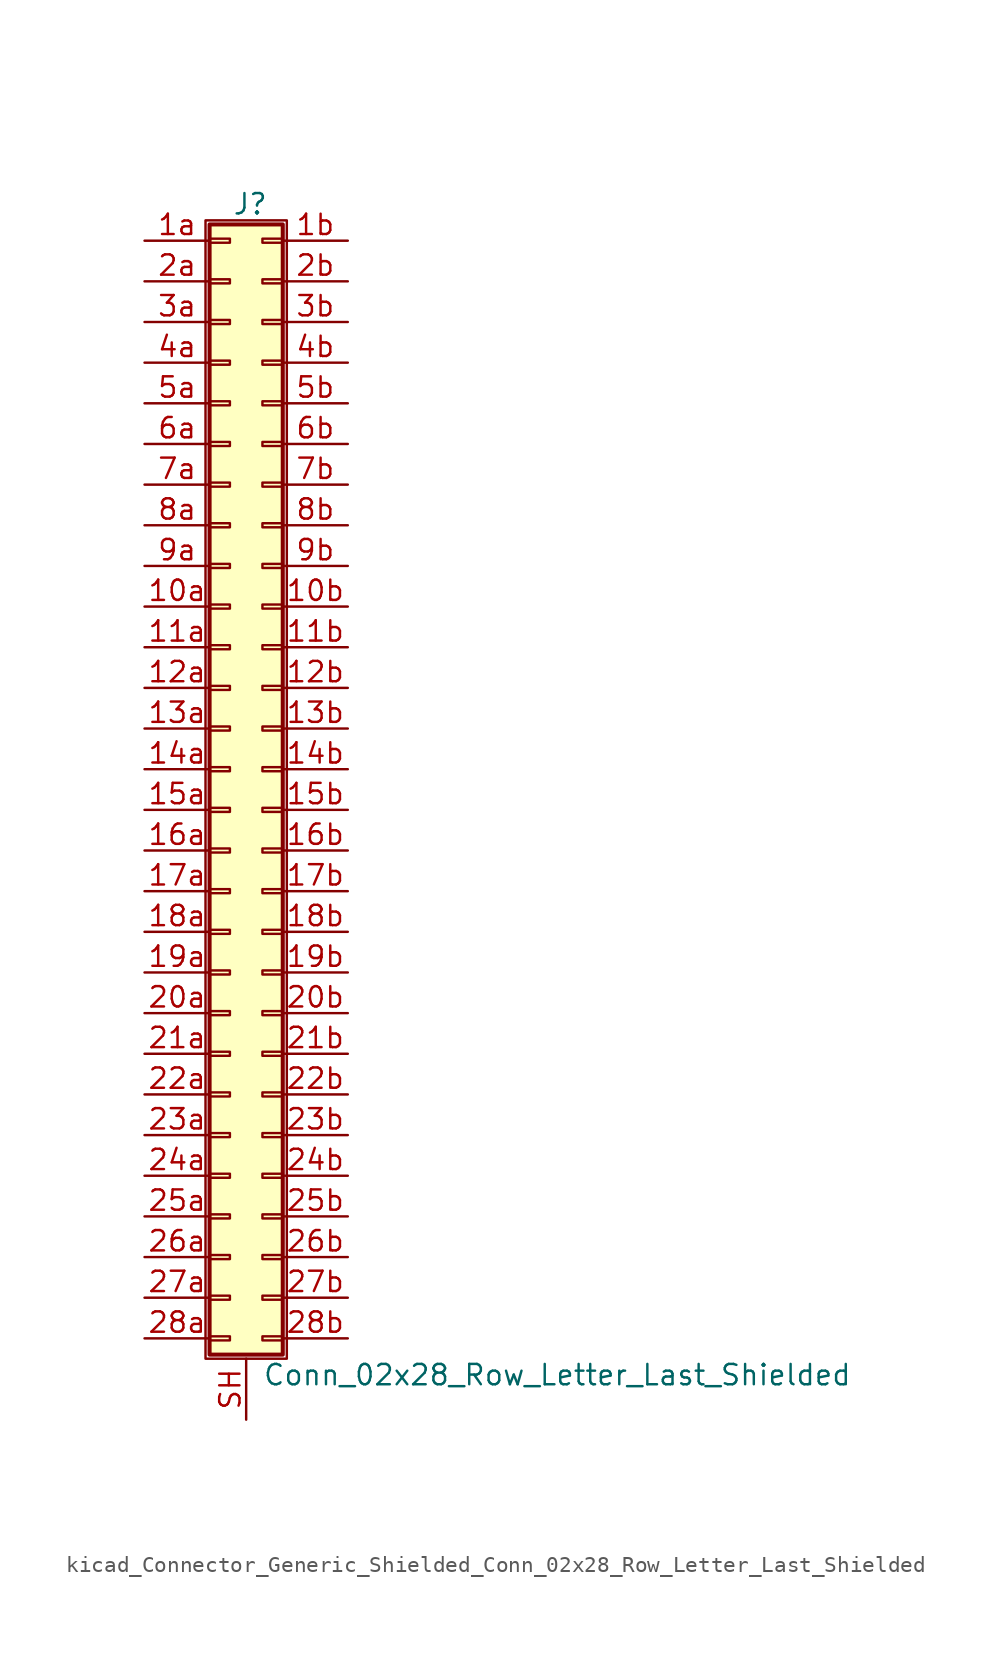
<source format=kicad_sym>
(kicad_symbol_lib
  (version 20220914)
  (generator kicad_symbol_editor)
  (symbol "kicad_Connector_Generic_Shielded_Conn_02x28_Row_Letter_Last_Shielded"
    (pin_names
      (offset 1.016) hide)
    (property "Reference" "J"
      (at 1.524 35.306 0)
      (effects (font (size 1.27 1.27))))
    (property "Value" "Conn_02x28_Row_Letter_Last_Shielded"
      (at 2.286 -37.846 0)
      (effects (font (size 1.27 1.27)) (justify left)))
    (symbol "kicad_Connector_Generic_Shielded_Conn_02x28_Row_Letter_Last_Shielded_1_1"
      (rectangle (start -1.27 34.29) (end 3.81 -36.83) (stroke (width 0.152) (type default)) (fill (type none)))
      (rectangle (start -1.016 -35.433) (end 0.254 -35.687) (stroke (width 0.152) (type default)) (fill (type none)))
      (rectangle (start -1.016 -32.893) (end 0.254 -33.147) (stroke (width 0.152) (type default)) (fill (type none)))
      (rectangle (start -1.016 -30.353) (end 0.254 -30.607) (stroke (width 0.152) (type default)) (fill (type none)))
      (rectangle (start -1.016 -27.813) (end 0.254 -28.067) (stroke (width 0.152) (type default)) (fill (type none)))
      (rectangle (start -1.016 -25.273) (end 0.254 -25.527) (stroke (width 0.152) (type default)) (fill (type none)))
      (rectangle (start -1.016 -22.733) (end 0.254 -22.987) (stroke (width 0.152) (type default)) (fill (type none)))
      (rectangle (start -1.016 -20.193) (end 0.254 -20.447) (stroke (width 0.152) (type default)) (fill (type none)))
      (rectangle (start -1.016 -17.653) (end 0.254 -17.907) (stroke (width 0.152) (type default)) (fill (type none)))
      (rectangle (start -1.016 -15.113) (end 0.254 -15.367) (stroke (width 0.152) (type default)) (fill (type none)))
      (rectangle (start -1.016 -12.573) (end 0.254 -12.827) (stroke (width 0.152) (type default)) (fill (type none)))
      (rectangle (start -1.016 -10.033) (end 0.254 -10.287) (stroke (width 0.152) (type default)) (fill (type none)))
      (rectangle (start -1.016 -7.493) (end 0.254 -7.747) (stroke (width 0.152) (type default)) (fill (type none)))
      (rectangle (start -1.016 -4.953) (end 0.254 -5.207) (stroke (width 0.152) (type default)) (fill (type none)))
      (rectangle (start -1.016 -2.413) (end 0.254 -2.667) (stroke (width 0.152) (type default)) (fill (type none)))
      (rectangle (start -1.016 0.127) (end 0.254 -0.127) (stroke (width 0.152) (type default)) (fill (type none)))
      (rectangle (start -1.016 2.667) (end 0.254 2.413) (stroke (width 0.152) (type default)) (fill (type none)))
      (rectangle (start -1.016 5.207) (end 0.254 4.953) (stroke (width 0.152) (type default)) (fill (type none)))
      (rectangle (start -1.016 7.747) (end 0.254 7.493) (stroke (width 0.152) (type default)) (fill (type none)))
      (rectangle (start -1.016 10.287) (end 0.254 10.033) (stroke (width 0.152) (type default)) (fill (type none)))
      (rectangle (start -1.016 12.827) (end 0.254 12.573) (stroke (width 0.152) (type default)) (fill (type none)))
      (rectangle (start -1.016 15.367) (end 0.254 15.113) (stroke (width 0.152) (type default)) (fill (type none)))
      (rectangle (start -1.016 17.907) (end 0.254 17.653) (stroke (width 0.152) (type default)) (fill (type none)))
      (rectangle (start -1.016 20.447) (end 0.254 20.193) (stroke (width 0.152) (type default)) (fill (type none)))
      (rectangle (start -1.016 22.987) (end 0.254 22.733) (stroke (width 0.152) (type default)) (fill (type none)))
      (rectangle (start -1.016 25.527) (end 0.254 25.273) (stroke (width 0.152) (type default)) (fill (type none)))
      (rectangle (start -1.016 28.067) (end 0.254 27.813) (stroke (width 0.152) (type default)) (fill (type none)))
      (rectangle (start -1.016 30.607) (end 0.254 30.353) (stroke (width 0.152) (type default)) (fill (type none)))
      (rectangle (start -1.016 33.147) (end 0.254 32.893) (stroke (width 0.152) (type default)) (fill (type none)))
      (rectangle (start -1.016 34.036) (end 3.556 -36.576) (stroke (width 0.254) (type default)) (fill (type background)))
      (rectangle (start 3.556 -35.433) (end 2.286 -35.687) (stroke (width 0.152) (type default)) (fill (type none)))
      (rectangle (start 3.556 -32.893) (end 2.286 -33.147) (stroke (width 0.152) (type default)) (fill (type none)))
      (rectangle (start 3.556 -30.353) (end 2.286 -30.607) (stroke (width 0.152) (type default)) (fill (type none)))
      (rectangle (start 3.556 -27.813) (end 2.286 -28.067) (stroke (width 0.152) (type default)) (fill (type none)))
      (rectangle (start 3.556 -25.273) (end 2.286 -25.527) (stroke (width 0.152) (type default)) (fill (type none)))
      (rectangle (start 3.556 -22.733) (end 2.286 -22.987) (stroke (width 0.152) (type default)) (fill (type none)))
      (rectangle (start 3.556 -20.193) (end 2.286 -20.447) (stroke (width 0.152) (type default)) (fill (type none)))
      (rectangle (start 3.556 -17.653) (end 2.286 -17.907) (stroke (width 0.152) (type default)) (fill (type none)))
      (rectangle (start 3.556 -15.113) (end 2.286 -15.367) (stroke (width 0.152) (type default)) (fill (type none)))
      (rectangle (start 3.556 -12.573) (end 2.286 -12.827) (stroke (width 0.152) (type default)) (fill (type none)))
      (rectangle (start 3.556 -10.033) (end 2.286 -10.287) (stroke (width 0.152) (type default)) (fill (type none)))
      (rectangle (start 3.556 -7.493) (end 2.286 -7.747) (stroke (width 0.152) (type default)) (fill (type none)))
      (rectangle (start 3.556 -4.953) (end 2.286 -5.207) (stroke (width 0.152) (type default)) (fill (type none)))
      (rectangle (start 3.556 -2.413) (end 2.286 -2.667) (stroke (width 0.152) (type default)) (fill (type none)))
      (rectangle (start 3.556 0.127) (end 2.286 -0.127) (stroke (width 0.152) (type default)) (fill (type none)))
      (rectangle (start 3.556 2.667) (end 2.286 2.413) (stroke (width 0.152) (type default)) (fill (type none)))
      (rectangle (start 3.556 5.207) (end 2.286 4.953) (stroke (width 0.152) (type default)) (fill (type none)))
      (rectangle (start 3.556 7.747) (end 2.286 7.493) (stroke (width 0.152) (type default)) (fill (type none)))
      (rectangle (start 3.556 10.287) (end 2.286 10.033) (stroke (width 0.152) (type default)) (fill (type none)))
      (rectangle (start 3.556 12.827) (end 2.286 12.573) (stroke (width 0.152) (type default)) (fill (type none)))
      (rectangle (start 3.556 15.367) (end 2.286 15.113) (stroke (width 0.152) (type default)) (fill (type none)))
      (rectangle (start 3.556 17.907) (end 2.286 17.653) (stroke (width 0.152) (type default)) (fill (type none)))
      (rectangle (start 3.556 20.447) (end 2.286 20.193) (stroke (width 0.152) (type default)) (fill (type none)))
      (rectangle (start 3.556 22.987) (end 2.286 22.733) (stroke (width 0.152) (type default)) (fill (type none)))
      (rectangle (start 3.556 25.527) (end 2.286 25.273) (stroke (width 0.152) (type default)) (fill (type none)))
      (rectangle (start 3.556 28.067) (end 2.286 27.813) (stroke (width 0.152) (type default)) (fill (type none)))
      (rectangle (start 3.556 30.607) (end 2.286 30.353) (stroke (width 0.152) (type default)) (fill (type none)))
      (rectangle (start 3.556 33.147) (end 2.286 32.893) (stroke (width 0.152) (type default)) (fill (type none)))
      (pin passive line (at -5.08 10.16 0) (length 4.064) (name "Pin_10a" (effects (font (size 1.27 1.27)))) (number "10a" (effects (font (size 1.27 1.27)))))
      (pin passive line (at 7.62 10.16 180) (length 4.064) (name "Pin_10b" (effects (font (size 1.27 1.27)))) (number "10b" (effects (font (size 1.27 1.27)))))
      (pin passive line (at -5.08 7.62 0) (length 4.064) (name "Pin_11a" (effects (font (size 1.27 1.27)))) (number "11a" (effects (font (size 1.27 1.27)))))
      (pin passive line (at 7.62 7.62 180) (length 4.064) (name "Pin_11b" (effects (font (size 1.27 1.27)))) (number "11b" (effects (font (size 1.27 1.27)))))
      (pin passive line (at -5.08 5.08 0) (length 4.064) (name "Pin_12a" (effects (font (size 1.27 1.27)))) (number "12a" (effects (font (size 1.27 1.27)))))
      (pin passive line (at 7.62 5.08 180) (length 4.064) (name "Pin_12b" (effects (font (size 1.27 1.27)))) (number "12b" (effects (font (size 1.27 1.27)))))
      (pin passive line (at -5.08 2.54 0) (length 4.064) (name "Pin_13a" (effects (font (size 1.27 1.27)))) (number "13a" (effects (font (size 1.27 1.27)))))
      (pin passive line (at 7.62 2.54 180) (length 4.064) (name "Pin_13b" (effects (font (size 1.27 1.27)))) (number "13b" (effects (font (size 1.27 1.27)))))
      (pin passive line (at -5.08 0 0) (length 4.064) (name "Pin_14a" (effects (font (size 1.27 1.27)))) (number "14a" (effects (font (size 1.27 1.27)))))
      (pin passive line (at 7.62 0 180) (length 4.064) (name "Pin_14b" (effects (font (size 1.27 1.27)))) (number "14b" (effects (font (size 1.27 1.27)))))
      (pin passive line (at -5.08 -2.54 0) (length 4.064) (name "Pin_15a" (effects (font (size 1.27 1.27)))) (number "15a" (effects (font (size 1.27 1.27)))))
      (pin passive line (at 7.62 -2.54 180) (length 4.064) (name "Pin_15b" (effects (font (size 1.27 1.27)))) (number "15b" (effects (font (size 1.27 1.27)))))
      (pin passive line (at -5.08 -5.08 0) (length 4.064) (name "Pin_16a" (effects (font (size 1.27 1.27)))) (number "16a" (effects (font (size 1.27 1.27)))))
      (pin passive line (at 7.62 -5.08 180) (length 4.064) (name "Pin_16b" (effects (font (size 1.27 1.27)))) (number "16b" (effects (font (size 1.27 1.27)))))
      (pin passive line (at -5.08 -7.62 0) (length 4.064) (name "Pin_17a" (effects (font (size 1.27 1.27)))) (number "17a" (effects (font (size 1.27 1.27)))))
      (pin passive line (at 7.62 -7.62 180) (length 4.064) (name "Pin_17b" (effects (font (size 1.27 1.27)))) (number "17b" (effects (font (size 1.27 1.27)))))
      (pin passive line (at -5.08 -10.16 0) (length 4.064) (name "Pin_18a" (effects (font (size 1.27 1.27)))) (number "18a" (effects (font (size 1.27 1.27)))))
      (pin passive line (at 7.62 -10.16 180) (length 4.064) (name "Pin_18b" (effects (font (size 1.27 1.27)))) (number "18b" (effects (font (size 1.27 1.27)))))
      (pin passive line (at -5.08 -12.7 0) (length 4.064) (name "Pin_19a" (effects (font (size 1.27 1.27)))) (number "19a" (effects (font (size 1.27 1.27)))))
      (pin passive line (at 7.62 -12.7 180) (length 4.064) (name "Pin_19b" (effects (font (size 1.27 1.27)))) (number "19b" (effects (font (size 1.27 1.27)))))
      (pin passive line (at -5.08 33.02 0) (length 4.064) (name "Pin_1a" (effects (font (size 1.27 1.27)))) (number "1a" (effects (font (size 1.27 1.27)))))
      (pin passive line (at 7.62 33.02 180) (length 4.064) (name "Pin_1b" (effects (font (size 1.27 1.27)))) (number "1b" (effects (font (size 1.27 1.27)))))
      (pin passive line (at -5.08 -15.24 0) (length 4.064) (name "Pin_20a" (effects (font (size 1.27 1.27)))) (number "20a" (effects (font (size 1.27 1.27)))))
      (pin passive line (at 7.62 -15.24 180) (length 4.064) (name "Pin_20b" (effects (font (size 1.27 1.27)))) (number "20b" (effects (font (size 1.27 1.27)))))
      (pin passive line (at -5.08 -17.78 0) (length 4.064) (name "Pin_21a" (effects (font (size 1.27 1.27)))) (number "21a" (effects (font (size 1.27 1.27)))))
      (pin passive line (at 7.62 -17.78 180) (length 4.064) (name "Pin_21b" (effects (font (size 1.27 1.27)))) (number "21b" (effects (font (size 1.27 1.27)))))
      (pin passive line (at -5.08 -20.32 0) (length 4.064) (name "Pin_22a" (effects (font (size 1.27 1.27)))) (number "22a" (effects (font (size 1.27 1.27)))))
      (pin passive line (at 7.62 -20.32 180) (length 4.064) (name "Pin_22b" (effects (font (size 1.27 1.27)))) (number "22b" (effects (font (size 1.27 1.27)))))
      (pin passive line (at -5.08 -22.86 0) (length 4.064) (name "Pin_23a" (effects (font (size 1.27 1.27)))) (number "23a" (effects (font (size 1.27 1.27)))))
      (pin passive line (at 7.62 -22.86 180) (length 4.064) (name "Pin_23b" (effects (font (size 1.27 1.27)))) (number "23b" (effects (font (size 1.27 1.27)))))
      (pin passive line (at -5.08 -25.4 0) (length 4.064) (name "Pin_24a" (effects (font (size 1.27 1.27)))) (number "24a" (effects (font (size 1.27 1.27)))))
      (pin passive line (at 7.62 -25.4 180) (length 4.064) (name "Pin_24b" (effects (font (size 1.27 1.27)))) (number "24b" (effects (font (size 1.27 1.27)))))
      (pin passive line (at -5.08 -27.94 0) (length 4.064) (name "Pin_25a" (effects (font (size 1.27 1.27)))) (number "25a" (effects (font (size 1.27 1.27)))))
      (pin passive line (at 7.62 -27.94 180) (length 4.064) (name "Pin_25b" (effects (font (size 1.27 1.27)))) (number "25b" (effects (font (size 1.27 1.27)))))
      (pin passive line (at -5.08 -30.48 0) (length 4.064) (name "Pin_26a" (effects (font (size 1.27 1.27)))) (number "26a" (effects (font (size 1.27 1.27)))))
      (pin passive line (at 7.62 -30.48 180) (length 4.064) (name "Pin_26b" (effects (font (size 1.27 1.27)))) (number "26b" (effects (font (size 1.27 1.27)))))
      (pin passive line (at -5.08 -33.02 0) (length 4.064) (name "Pin_27a" (effects (font (size 1.27 1.27)))) (number "27a" (effects (font (size 1.27 1.27)))))
      (pin passive line (at 7.62 -33.02 180) (length 4.064) (name "Pin_27b" (effects (font (size 1.27 1.27)))) (number "27b" (effects (font (size 1.27 1.27)))))
      (pin passive line (at -5.08 -35.56 0) (length 4.064) (name "Pin_28a" (effects (font (size 1.27 1.27)))) (number "28a" (effects (font (size 1.27 1.27)))))
      (pin passive line (at 7.62 -35.56 180) (length 4.064) (name "Pin_28b" (effects (font (size 1.27 1.27)))) (number "28b" (effects (font (size 1.27 1.27)))))
      (pin passive line (at -5.08 30.48 0) (length 4.064) (name "Pin_2a" (effects (font (size 1.27 1.27)))) (number "2a" (effects (font (size 1.27 1.27)))))
      (pin passive line (at 7.62 30.48 180) (length 4.064) (name "Pin_2b" (effects (font (size 1.27 1.27)))) (number "2b" (effects (font (size 1.27 1.27)))))
      (pin passive line (at -5.08 27.94 0) (length 4.064) (name "Pin_3a" (effects (font (size 1.27 1.27)))) (number "3a" (effects (font (size 1.27 1.27)))))
      (pin passive line (at 7.62 27.94 180) (length 4.064) (name "Pin_3b" (effects (font (size 1.27 1.27)))) (number "3b" (effects (font (size 1.27 1.27)))))
      (pin passive line (at -5.08 25.4 0) (length 4.064) (name "Pin_4a" (effects (font (size 1.27 1.27)))) (number "4a" (effects (font (size 1.27 1.27)))))
      (pin passive line (at 7.62 25.4 180) (length 4.064) (name "Pin_4b" (effects (font (size 1.27 1.27)))) (number "4b" (effects (font (size 1.27 1.27)))))
      (pin passive line (at -5.08 22.86 0) (length 4.064) (name "Pin_5a" (effects (font (size 1.27 1.27)))) (number "5a" (effects (font (size 1.27 1.27)))))
      (pin passive line (at 7.62 22.86 180) (length 4.064) (name "Pin_5b" (effects (font (size 1.27 1.27)))) (number "5b" (effects (font (size 1.27 1.27)))))
      (pin passive line (at -5.08 20.32 0) (length 4.064) (name "Pin_6a" (effects (font (size 1.27 1.27)))) (number "6a" (effects (font (size 1.27 1.27)))))
      (pin passive line (at 7.62 20.32 180) (length 4.064) (name "Pin_6b" (effects (font (size 1.27 1.27)))) (number "6b" (effects (font (size 1.27 1.27)))))
      (pin passive line (at -5.08 17.78 0) (length 4.064) (name "Pin_7a" (effects (font (size 1.27 1.27)))) (number "7a" (effects (font (size 1.27 1.27)))))
      (pin passive line (at 7.62 17.78 180) (length 4.064) (name "Pin_7b" (effects (font (size 1.27 1.27)))) (number "7b" (effects (font (size 1.27 1.27)))))
      (pin passive line (at -5.08 15.24 0) (length 4.064) (name "Pin_8a" (effects (font (size 1.27 1.27)))) (number "8a" (effects (font (size 1.27 1.27)))))
      (pin passive line (at 7.62 15.24 180) (length 4.064) (name "Pin_8b" (effects (font (size 1.27 1.27)))) (number "8b" (effects (font (size 1.27 1.27)))))
      (pin passive line (at -5.08 12.7 0) (length 4.064) (name "Pin_9a" (effects (font (size 1.27 1.27)))) (number "9a" (effects (font (size 1.27 1.27)))))
      (pin passive line (at 7.62 12.7 180) (length 4.064) (name "Pin_9b" (effects (font (size 1.27 1.27)))) (number "9b" (effects (font (size 1.27 1.27)))))
      (pin passive line (at 1.27 -40.64 90) (length 3.81) (name "Shield" (effects (font (size 1.27 1.27)))) (number "SH" (effects (font (size 1.27 1.27))))))))
</source>
